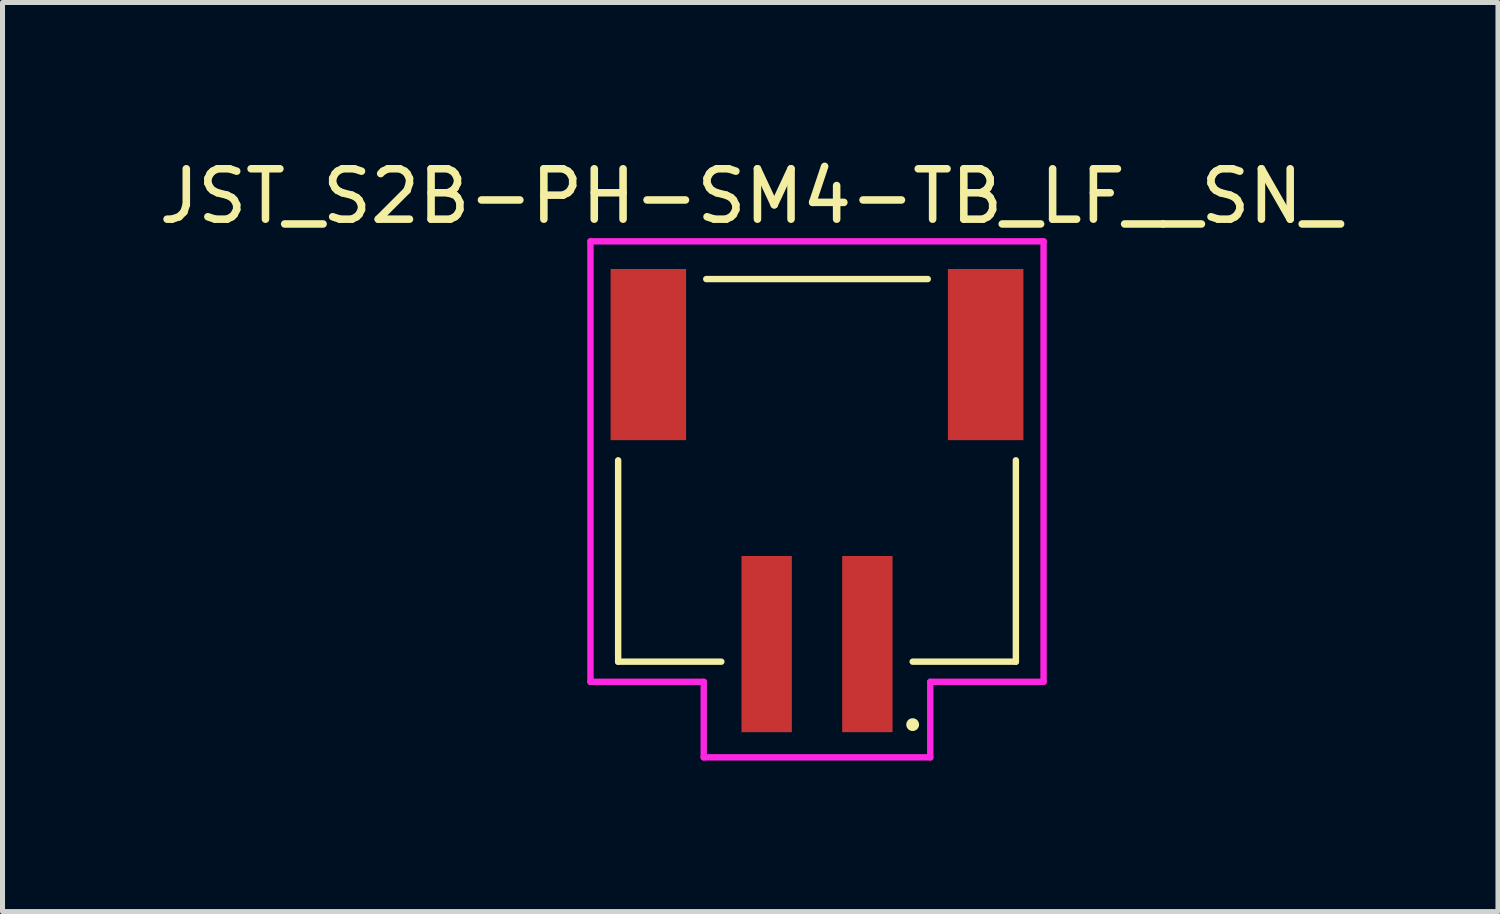
<source format=kicad_pcb>
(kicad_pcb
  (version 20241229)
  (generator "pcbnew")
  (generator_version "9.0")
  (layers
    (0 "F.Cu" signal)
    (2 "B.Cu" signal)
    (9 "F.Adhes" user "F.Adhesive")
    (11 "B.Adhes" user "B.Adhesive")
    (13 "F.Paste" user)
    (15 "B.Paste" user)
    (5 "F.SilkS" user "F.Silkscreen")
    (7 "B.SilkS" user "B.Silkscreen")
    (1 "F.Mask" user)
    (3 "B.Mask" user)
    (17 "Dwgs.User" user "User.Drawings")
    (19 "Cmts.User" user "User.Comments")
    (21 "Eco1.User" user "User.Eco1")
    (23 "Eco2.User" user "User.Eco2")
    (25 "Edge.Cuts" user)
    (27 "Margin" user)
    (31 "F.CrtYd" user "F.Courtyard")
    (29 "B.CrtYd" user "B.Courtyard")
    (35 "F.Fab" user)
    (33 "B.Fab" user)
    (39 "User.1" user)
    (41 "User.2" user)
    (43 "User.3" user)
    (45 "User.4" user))
  (footprint "JST_S2B-PH-SM4-TB_LF__SN_"
    (layer "F.Cu")
    (at 13.178 9.743)
    (property "Reference" "JST_S2B-PH-SM4-TB_LF__SN_" (at -1.326 -8.895 0) (layer "F.SilkS") (effects (font (size 1.001 1.001) (thickness 0.15))))
    (attr smd)
    (fp_line (start -3.95 -3.65) (end -3.95 0.35) (stroke (width 0.127) (type solid)) (layer "F.SilkS"))
    (fp_line (start -3.95 0.35) (end -1.9 0.35) (stroke (width 0.127) (type solid)) (layer "F.SilkS"))
    (fp_line (start 1.9 0.35) (end 3.95 0.35) (stroke (width 0.127) (type solid)) (layer "F.SilkS"))
    (fp_line (start 2.2 -7.25) (end -2.2 -7.25) (stroke (width 0.127) (type solid)) (layer "F.SilkS"))
    (fp_line (start 3.95 0.35) (end 3.95 -3.65) (stroke (width 0.127) (type solid)) (layer "F.SilkS"))
    (fp_circle (center 1.9 1.6) (end 2.027 1.6) (stroke (width 0) (type solid)) (fill yes) (layer "F.SilkS"))
    (fp_line (start -4.5 -8) (end 4.5 -8) (stroke (width 0.127) (type solid)) (layer "F.CrtYd"))
    (fp_line (start -4.5 0.75) (end -4.5 -8) (stroke (width 0.127) (type solid)) (layer "F.CrtYd"))
    (fp_line (start -2.25 0.75) (end -4.5 0.75) (stroke (width 0.127) (type solid)) (layer "F.CrtYd"))
    (fp_line (start -2.25 2.25) (end -2.25 0.75) (stroke (width 0.127) (type solid)) (layer "F.CrtYd"))
    (fp_line (start 2.25 0.75) (end 2.25 2.25) (stroke (width 0.127) (type solid)) (layer "F.CrtYd"))
    (fp_line (start 2.25 2.25) (end -2.25 2.25) (stroke (width 0.127) (type solid)) (layer "F.CrtYd"))
    (fp_line (start 4.5 -8) (end 4.5 0.75) (stroke (width 0.127) (type solid)) (layer "F.CrtYd"))
    (fp_line (start 4.5 0.75) (end 2.25 0.75) (stroke (width 0.127) (type solid)) (layer "F.CrtYd"))
    (pad "1" smd rect (at 1 0) (size 1 3.5) (layers "F.Cu" "F.Mask" "F.Paste"))
    (pad "2" smd rect (at -1 0) (size 1 3.5) (layers "F.Cu" "F.Mask" "F.Paste"))
    (pad "P1" smd rect (at 3.35 -5.75) (size 1.5 3.4) (layers "F.Cu" "F.Mask" "F.Paste"))
    (pad "P2" smd rect (at -3.35 -5.75) (size 1.5 3.4) (layers "F.Cu" "F.Mask" "F.Paste")))
  (gr_rect
    (start -3 -3)
    (end 26.704 15.057)
    (stroke (width 0.1) (type default))
    (fill no)
    (layer "Edge.Cuts")))
</source>
